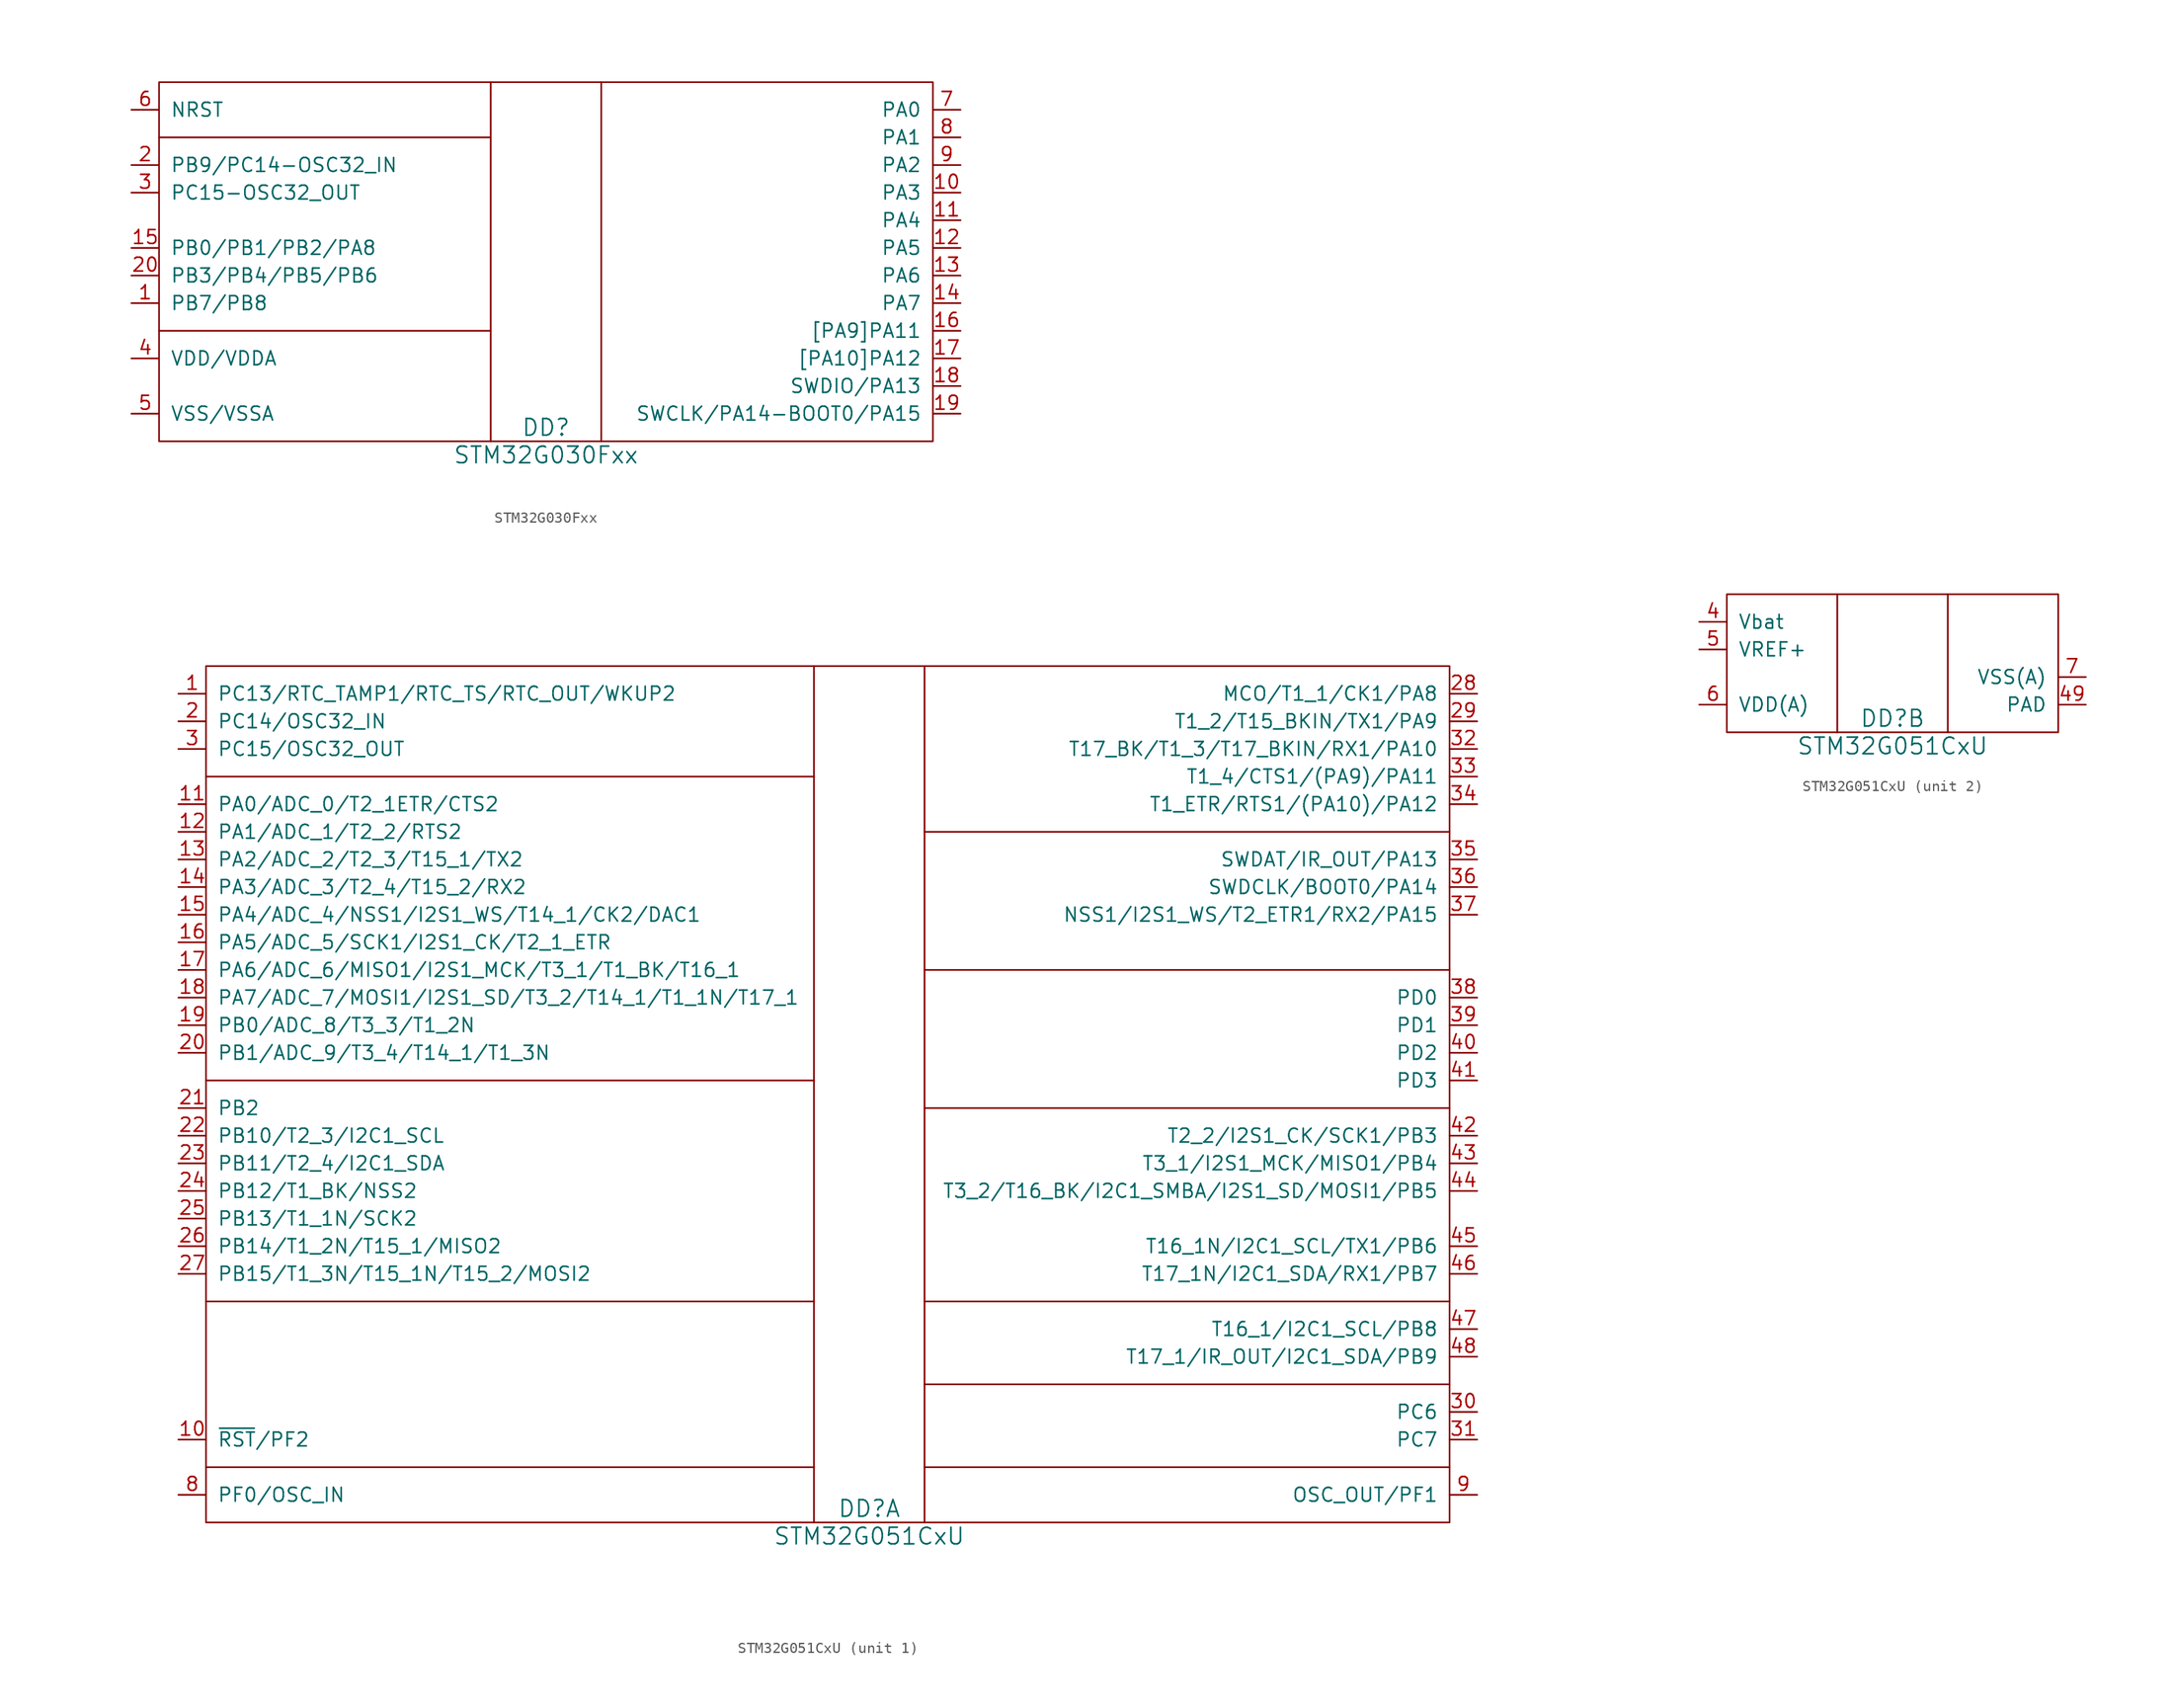
<source format=kicad_sym>
(kicad_symbol_lib
  (version 20220914)
  (generator kicad_symbol_editor)
  (symbol "STM32G030Fxx"
    (pin_names
      (offset 1.016))
    (property "Reference" "DD"
      (at 0 1.27 0)
      (effects (font (size 1.524 1.524))))
    (property "Value" "STM32G030Fxx"
      (at 0 -1.27 0)
      (effects (font (size 1.524 1.524))))
    (symbol "STM32G030Fxx_0_1"
      (polyline (pts (xy -35.56 10.16) (xy -5.08 10.16)) (stroke (width 0) (type solid)) (fill (type none)))
      (polyline (pts (xy -5.08 33.02) (xy -5.08 0)) (stroke (width 0) (type solid)) (fill (type none)))
      (polyline (pts (xy 5.08 33.02) (xy 5.08 0)) (stroke (width 0) (type solid)) (fill (type none)))
      (rectangle (start 35.56 0) (end -35.56 33.02) (stroke (width 0) (type solid)) (fill (type none))))
    (symbol "STM32G030Fxx_1_1"
      (polyline (pts (xy -35.56 27.94) (xy -5.08 27.94)) (stroke (width 0) (type solid)) (fill (type none)))
      (pin input line (at -38.1 12.7 0) (length 2.54) (name "PB7/PB8" (effects (font (size 1.27 1.27)))) (number "1" (effects (font (size 1.27 1.27)))))
      (pin bidirectional line (at 38.1 22.86 180) (length 2.54) (name "PA3" (effects (font (size 1.27 1.27)))) (number "10" (effects (font (size 1.27 1.27)))))
      (pin bidirectional line (at 38.1 20.32 180) (length 2.54) (name "PA4" (effects (font (size 1.27 1.27)))) (number "11" (effects (font (size 1.27 1.27)))))
      (pin bidirectional line (at 38.1 17.78 180) (length 2.54) (name "PA5" (effects (font (size 1.27 1.27)))) (number "12" (effects (font (size 1.27 1.27)))))
      (pin bidirectional line (at 38.1 15.24 180) (length 2.54) (name "PA6" (effects (font (size 1.27 1.27)))) (number "13" (effects (font (size 1.27 1.27)))))
      (pin bidirectional line (at 38.1 12.7 180) (length 2.54) (name "PA7" (effects (font (size 1.27 1.27)))) (number "14" (effects (font (size 1.27 1.27)))))
      (pin bidirectional line (at -38.1 17.78 0) (length 2.54) (name "PB0/PB1/PB2/PA8" (effects (font (size 1.27 1.27)))) (number "15" (effects (font (size 1.27 1.27)))))
      (pin bidirectional line (at 38.1 10.16 180) (length 2.54) (name "[PA9]PA11" (effects (font (size 1.27 1.27)))) (number "16" (effects (font (size 1.27 1.27)))))
      (pin bidirectional line (at 38.1 7.62 180) (length 2.54) (name "[PA10]PA12" (effects (font (size 1.27 1.27)))) (number "17" (effects (font (size 1.27 1.27)))))
      (pin bidirectional line (at 38.1 5.08 180) (length 2.54) (name "SWDIO/PA13" (effects (font (size 1.27 1.27)))) (number "18" (effects (font (size 1.27 1.27)))))
      (pin bidirectional line (at 38.1 2.54 180) (length 2.54) (name "SWCLK/PA14-BOOT0/PA15" (effects (font (size 1.27 1.27)))) (number "19" (effects (font (size 1.27 1.27)))))
      (pin bidirectional line (at -38.1 25.4 0) (length 2.54) (name "PB9/PC14-OSC32_IN" (effects (font (size 1.27 1.27)))) (number "2" (effects (font (size 1.27 1.27)))))
      (pin bidirectional line (at -38.1 15.24 0) (length 2.54) (name "PB3/PB4/PB5/PB6" (effects (font (size 1.27 1.27)))) (number "20" (effects (font (size 1.27 1.27)))))
      (pin bidirectional line (at -38.1 22.86 0) (length 2.54) (name "PC15-OSC32_OUT" (effects (font (size 1.27 1.27)))) (number "3" (effects (font (size 1.27 1.27)))))
      (pin power_in line (at -38.1 7.62 0) (length 2.54) (name "VDD/VDDA" (effects (font (size 1.27 1.27)))) (number "4" (effects (font (size 1.27 1.27)))))
      (pin power_in line (at -38.1 2.54 0) (length 2.54) (name "VSS/VSSA" (effects (font (size 1.27 1.27)))) (number "5" (effects (font (size 1.27 1.27)))))
      (pin input line (at -38.1 30.48 0) (length 2.54) (name "NRST" (effects (font (size 1.27 1.27)))) (number "6" (effects (font (size 1.27 1.27)))))
      (pin bidirectional line (at 38.1 30.48 180) (length 2.54) (name "PA0" (effects (font (size 1.27 1.27)))) (number "7" (effects (font (size 1.27 1.27)))))
      (pin bidirectional line (at 38.1 27.94 180) (length 2.54) (name "PA1" (effects (font (size 1.27 1.27)))) (number "8" (effects (font (size 1.27 1.27)))))
      (pin bidirectional line (at 38.1 25.4 180) (length 2.54) (name "PA2" (effects (font (size 1.27 1.27)))) (number "9" (effects (font (size 1.27 1.27)))))))
  (symbol "STM32G051CxU"
    (pin_names
      (offset 1.016))
    (property "Reference" "DD"
      (at 0 1.27 0)
      (effects (font (size 1.524 1.524))))
    (property "Value" "STM32G051CxU"
      (at 0 -1.27 0)
      (effects (font (size 1.524 1.524))))
    (property "Datasheet" ""
      (at 0 0 0)
      (effects (font (size 1.524 1.524))))
    (property "ki_locked" ""
      (at 0 0 0)
      (effects (font (size 1.27 1.27))))
    (symbol "STM32G051CxU_1_1"
      (rectangle (start -60.96 78.74) (end 53.34 0) (stroke (width 0) (type solid)) (fill (type none)))
      (polyline (pts (xy -60.96 5.08) (xy -5.08 5.08)) (stroke (width 0) (type solid)) (fill (type none)))
      (polyline (pts (xy -60.96 20.32) (xy -5.08 20.32)) (stroke (width 0) (type solid)) (fill (type none)))
      (polyline (pts (xy -60.96 40.64) (xy -5.08 40.64)) (stroke (width 0) (type solid)) (fill (type none)))
      (polyline (pts (xy -60.96 68.58) (xy -5.08 68.58)) (stroke (width 0) (type solid)) (fill (type none)))
      (polyline (pts (xy -5.08 78.74) (xy -5.08 0)) (stroke (width 0) (type solid)) (fill (type none)))
      (polyline (pts (xy 5.08 0) (xy 5.08 78.74)) (stroke (width 0) (type solid)) (fill (type none)))
      (polyline (pts (xy 53.34 5.08) (xy 5.08 5.08)) (stroke (width 0) (type solid)) (fill (type none)))
      (polyline (pts (xy 53.34 12.7) (xy 5.08 12.7)) (stroke (width 0) (type solid)) (fill (type none)))
      (polyline (pts (xy 53.34 20.32) (xy 5.08 20.32)) (stroke (width 0) (type solid)) (fill (type none)))
      (polyline (pts (xy 53.34 38.1) (xy 5.08 38.1)) (stroke (width 0) (type solid)) (fill (type none)))
      (polyline (pts (xy 53.34 50.8) (xy 5.08 50.8)) (stroke (width 0) (type solid)) (fill (type none)))
      (polyline (pts (xy 53.34 63.5) (xy 5.08 63.5)) (stroke (width 0) (type solid)) (fill (type none)))
      (pin bidirectional line (at -63.5 76.2 0) (length 2.54) (name "PC13/RTC_TAMP1/RTC_TS/RTC_OUT/WKUP2" (effects (font (size 1.27 1.27)))) (number "1" (effects (font (size 1.27 1.27)))))
      (pin bidirectional line (at -63.5 7.62 0) (length 2.54) (name "~{RST}/PF2" (effects (font (size 1.27 1.27)))) (number "10" (effects (font (size 1.27 1.27)))))
      (pin bidirectional line (at -63.5 66.04 0) (length 2.54) (name "PA0/ADC_0/T2_1ETR/CTS2" (effects (font (size 1.27 1.27)))) (number "11" (effects (font (size 1.27 1.27)))))
      (pin bidirectional line (at -63.5 63.5 0) (length 2.54) (name "PA1/ADC_1/T2_2/RTS2" (effects (font (size 1.27 1.27)))) (number "12" (effects (font (size 1.27 1.27)))))
      (pin bidirectional line (at -63.5 60.96 0) (length 2.54) (name "PA2/ADC_2/T2_3/T15_1/TX2" (effects (font (size 1.27 1.27)))) (number "13" (effects (font (size 1.27 1.27)))))
      (pin bidirectional line (at -63.5 58.42 0) (length 2.54) (name "PA3/ADC_3/T2_4/T15_2/RX2" (effects (font (size 1.27 1.27)))) (number "14" (effects (font (size 1.27 1.27)))))
      (pin bidirectional line (at -63.5 55.88 0) (length 2.54) (name "PA4/ADC_4/NSS1/I2S1_WS/T14_1/CK2/DAC1" (effects (font (size 1.27 1.27)))) (number "15" (effects (font (size 1.27 1.27)))))
      (pin bidirectional line (at -63.5 53.34 0) (length 2.54) (name "PA5/ADC_5/SCK1/I2S1_CK/T2_1_ETR" (effects (font (size 1.27 1.27)))) (number "16" (effects (font (size 1.27 1.27)))))
      (pin bidirectional line (at -63.5 50.8 0) (length 2.54) (name "PA6/ADC_6/MISO1/I2S1_MCK/T3_1/T1_BK/T16_1" (effects (font (size 1.27 1.27)))) (number "17" (effects (font (size 1.27 1.27)))))
      (pin bidirectional line (at -63.5 48.26 0) (length 2.54) (name "PA7/ADC_7/MOSI1/I2S1_SD/T3_2/T14_1/T1_1N/T17_1" (effects (font (size 1.27 1.27)))) (number "18" (effects (font (size 1.27 1.27)))))
      (pin bidirectional line (at -63.5 45.72 0) (length 2.54) (name "PB0/ADC_8/T3_3/T1_2N" (effects (font (size 1.27 1.27)))) (number "19" (effects (font (size 1.27 1.27)))))
      (pin bidirectional line (at -63.5 73.66 0) (length 2.54) (name "PC14/OSC32_IN" (effects (font (size 1.27 1.27)))) (number "2" (effects (font (size 1.27 1.27)))))
      (pin bidirectional line (at -63.5 43.18 0) (length 2.54) (name "PB1/ADC_9/T3_4/T14_1/T1_3N" (effects (font (size 1.27 1.27)))) (number "20" (effects (font (size 1.27 1.27)))))
      (pin bidirectional line (at -63.5 38.1 0) (length 2.54) (name "PB2" (effects (font (size 1.27 1.27)))) (number "21" (effects (font (size 1.27 1.27)))))
      (pin bidirectional line (at -63.5 35.56 0) (length 2.54) (name "PB10/T2_3/I2C1_SCL" (effects (font (size 1.27 1.27)))) (number "22" (effects (font (size 1.27 1.27)))))
      (pin bidirectional line (at -63.5 33.02 0) (length 2.54) (name "PB11/T2_4/I2C1_SDA" (effects (font (size 1.27 1.27)))) (number "23" (effects (font (size 1.27 1.27)))))
      (pin bidirectional line (at -63.5 30.48 0) (length 2.54) (name "PB12/T1_BK/NSS2" (effects (font (size 1.27 1.27)))) (number "24" (effects (font (size 1.27 1.27)))))
      (pin bidirectional line (at -63.5 27.94 0) (length 2.54) (name "PB13/T1_1N/SCK2" (effects (font (size 1.27 1.27)))) (number "25" (effects (font (size 1.27 1.27)))))
      (pin bidirectional line (at -63.5 25.4 0) (length 2.54) (name "PB14/T1_2N/T15_1/MISO2" (effects (font (size 1.27 1.27)))) (number "26" (effects (font (size 1.27 1.27)))))
      (pin bidirectional line (at -63.5 22.86 0) (length 2.54) (name "PB15/T1_3N/T15_1N/T15_2/MOSI2" (effects (font (size 1.27 1.27)))) (number "27" (effects (font (size 1.27 1.27)))))
      (pin bidirectional line (at 55.88 76.2 180) (length 2.54) (name "MCO/T1_1/CK1/PA8" (effects (font (size 1.27 1.27)))) (number "28" (effects (font (size 1.27 1.27)))))
      (pin bidirectional line (at 55.88 73.66 180) (length 2.54) (name "T1_2/T15_BKIN/TX1/PA9" (effects (font (size 1.27 1.27)))) (number "29" (effects (font (size 1.27 1.27)))))
      (pin bidirectional line (at -63.5 71.12 0) (length 2.54) (name "PC15/OSC32_OUT" (effects (font (size 1.27 1.27)))) (number "3" (effects (font (size 1.27 1.27)))))
      (pin bidirectional line (at 55.88 10.16 180) (length 2.54) (name "PC6" (effects (font (size 1.27 1.27)))) (number "30" (effects (font (size 1.27 1.27)))))
      (pin bidirectional line (at 55.88 7.62 180) (length 2.54) (name "PC7" (effects (font (size 1.27 1.27)))) (number "31" (effects (font (size 1.27 1.27)))))
      (pin bidirectional line (at 55.88 71.12 180) (length 2.54) (name "T17_BK/T1_3/T17_BKIN/RX1/PA10" (effects (font (size 1.27 1.27)))) (number "32" (effects (font (size 1.27 1.27)))))
      (pin bidirectional line (at 55.88 68.58 180) (length 2.54) (name "T1_4/CTS1/(PA9)/PA11" (effects (font (size 1.27 1.27)))) (number "33" (effects (font (size 1.27 1.27)))))
      (pin bidirectional line (at 55.88 66.04 180) (length 2.54) (name "T1_ETR/RTS1/(PA10)/PA12" (effects (font (size 1.27 1.27)))) (number "34" (effects (font (size 1.27 1.27)))))
      (pin bidirectional line (at 55.88 60.96 180) (length 2.54) (name "SWDAT/IR_OUT/PA13" (effects (font (size 1.27 1.27)))) (number "35" (effects (font (size 1.27 1.27)))))
      (pin bidirectional line (at 55.88 58.42 180) (length 2.54) (name "SWDCLK/BOOT0/PA14" (effects (font (size 1.27 1.27)))) (number "36" (effects (font (size 1.27 1.27)))))
      (pin bidirectional line (at 55.88 55.88 180) (length 2.54) (name "NSS1/I2S1_WS/T2_ETR1/RX2/PA15" (effects (font (size 1.27 1.27)))) (number "37" (effects (font (size 1.27 1.27)))))
      (pin bidirectional line (at 55.88 48.26 180) (length 2.54) (name "PD0" (effects (font (size 1.27 1.27)))) (number "38" (effects (font (size 1.27 1.27)))))
      (pin bidirectional line (at 55.88 45.72 180) (length 2.54) (name "PD1" (effects (font (size 1.27 1.27)))) (number "39" (effects (font (size 1.27 1.27)))))
      (pin bidirectional line (at 55.88 43.18 180) (length 2.54) (name "PD2" (effects (font (size 1.27 1.27)))) (number "40" (effects (font (size 1.27 1.27)))))
      (pin bidirectional line (at 55.88 40.64 180) (length 2.54) (name "PD3" (effects (font (size 1.27 1.27)))) (number "41" (effects (font (size 1.27 1.27)))))
      (pin bidirectional line (at 55.88 35.56 180) (length 2.54) (name "T2_2/I2S1_CK/SCK1/PB3" (effects (font (size 1.27 1.27)))) (number "42" (effects (font (size 1.27 1.27)))))
      (pin bidirectional line (at 55.88 33.02 180) (length 2.54) (name "T3_1/I2S1_MCK/MISO1/PB4" (effects (font (size 1.27 1.27)))) (number "43" (effects (font (size 1.27 1.27)))))
      (pin bidirectional line (at 55.88 30.48 180) (length 2.54) (name "T3_2/T16_BK/I2C1_SMBA/I2S1_SD/MOSI1/PB5" (effects (font (size 1.27 1.27)))) (number "44" (effects (font (size 1.27 1.27)))))
      (pin bidirectional line (at 55.88 25.4 180) (length 2.54) (name "T16_1N/I2C1_SCL/TX1/PB6" (effects (font (size 1.27 1.27)))) (number "45" (effects (font (size 1.27 1.27)))))
      (pin bidirectional line (at 55.88 22.86 180) (length 2.54) (name "T17_1N/I2C1_SDA/RX1/PB7" (effects (font (size 1.27 1.27)))) (number "46" (effects (font (size 1.27 1.27)))))
      (pin bidirectional line (at 55.88 17.78 180) (length 2.54) (name "T16_1/I2C1_SCL/PB8" (effects (font (size 1.27 1.27)))) (number "47" (effects (font (size 1.27 1.27)))))
      (pin bidirectional line (at 55.88 15.24 180) (length 2.54) (name "T17_1/IR_OUT/I2C1_SDA/PB9" (effects (font (size 1.27 1.27)))) (number "48" (effects (font (size 1.27 1.27)))))
      (pin bidirectional line (at -63.5 2.54 0) (length 2.54) (name "PF0/OSC_IN" (effects (font (size 1.27 1.27)))) (number "8" (effects (font (size 1.27 1.27)))))
      (pin bidirectional line (at 55.88 2.54 180) (length 2.54) (name "OSC_OUT/PF1" (effects (font (size 1.27 1.27)))) (number "9" (effects (font (size 1.27 1.27))))))
    (symbol "STM32G051CxU_2_1"
      (rectangle (start -15.24 0) (end 15.24 12.7) (stroke (width 0) (type solid)) (fill (type none)))
      (polyline (pts (xy -5.08 0) (xy -5.08 12.7)) (stroke (width 0) (type solid)) (fill (type none)))
      (polyline (pts (xy 5.08 0) (xy 5.08 12.7)) (stroke (width 0) (type solid)) (fill (type none)))
      (pin power_in line (at -17.78 10.16 0) (length 2.54) (name "Vbat" (effects (font (size 1.27 1.27)))) (number "4" (effects (font (size 1.27 1.27)))))
      (pin power_in line (at 17.78 2.54 180) (length 2.54) (name "PAD" (effects (font (size 1.27 1.27)))) (number "49" (effects (font (size 1.27 1.27)))))
      (pin power_in line (at -17.78 7.62 0) (length 2.54) (name "VREF+" (effects (font (size 1.27 1.27)))) (number "5" (effects (font (size 1.27 1.27)))))
      (pin power_in line (at -17.78 2.54 0) (length 2.54) (name "VDD(A)" (effects (font (size 1.27 1.27)))) (number "6" (effects (font (size 1.27 1.27)))))
      (pin power_in line (at 17.78 5.08 180) (length 2.54) (name "VSS(A)" (effects (font (size 1.27 1.27)))) (number "7" (effects (font (size 1.27 1.27))))))))
</source>
